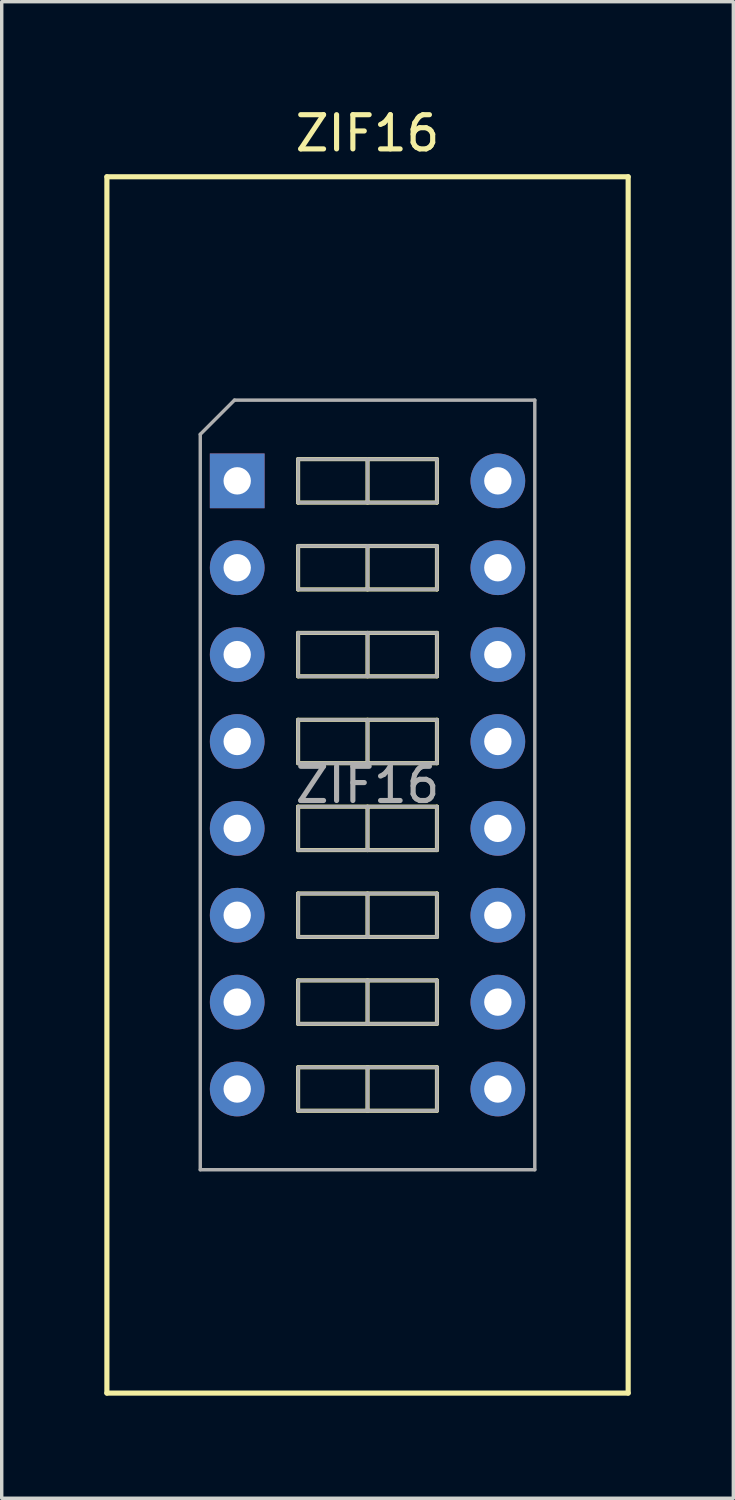
<source format=kicad_pcb>
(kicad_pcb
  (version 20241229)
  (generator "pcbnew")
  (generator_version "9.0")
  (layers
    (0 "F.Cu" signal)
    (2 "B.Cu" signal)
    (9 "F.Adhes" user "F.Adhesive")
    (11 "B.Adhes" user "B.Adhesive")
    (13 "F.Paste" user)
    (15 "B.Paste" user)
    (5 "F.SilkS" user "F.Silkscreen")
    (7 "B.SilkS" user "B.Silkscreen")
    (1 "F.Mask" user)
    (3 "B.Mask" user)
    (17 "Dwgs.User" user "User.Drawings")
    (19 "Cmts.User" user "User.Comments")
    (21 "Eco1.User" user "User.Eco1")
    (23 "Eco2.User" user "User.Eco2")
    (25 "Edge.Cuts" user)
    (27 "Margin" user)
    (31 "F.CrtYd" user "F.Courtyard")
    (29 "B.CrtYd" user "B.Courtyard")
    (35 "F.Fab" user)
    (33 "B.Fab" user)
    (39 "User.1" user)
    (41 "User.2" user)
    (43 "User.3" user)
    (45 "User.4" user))
  (footprint "ZIF16"
    (layer "F.Cu")
    (at 3.885 11.008)
    (property "Reference" "ZIF16" (at 3.81 -10.16 0) (layer "F.SilkS") (effects (font (size 1 1) (thickness 0.15))))
    (attr through_hole)
    (fp_line (start -3.81 -8.89) (end 11.43 -8.89) (stroke (width 0.15) (type solid)) (layer "F.SilkS"))
    (fp_line (start -3.81 26.67) (end -3.81 -8.89) (stroke (width 0.15) (type solid)) (layer "F.SilkS"))
    (fp_line (start 1.78 -0.635) (end 1.78 0.635) (stroke (width 0.12) (type solid)) (layer "F.SilkS"))
    (fp_line (start 1.78 0.635) (end 5.84 0.635) (stroke (width 0.12) (type solid)) (layer "F.SilkS"))
    (fp_line (start 1.78 1.905) (end 1.78 3.175) (stroke (width 0.12) (type solid)) (layer "F.SilkS"))
    (fp_line (start 1.78 3.175) (end 5.84 3.175) (stroke (width 0.12) (type solid)) (layer "F.SilkS"))
    (fp_line (start 1.78 4.445) (end 1.78 5.715) (stroke (width 0.12) (type solid)) (layer "F.SilkS"))
    (fp_line (start 1.78 5.715) (end 5.84 5.715) (stroke (width 0.12) (type solid)) (layer "F.SilkS"))
    (fp_line (start 1.78 6.985) (end 1.78 8.255) (stroke (width 0.12) (type solid)) (layer "F.SilkS"))
    (fp_line (start 1.78 8.255) (end 5.84 8.255) (stroke (width 0.12) (type solid)) (layer "F.SilkS"))
    (fp_line (start 1.78 9.525) (end 1.78 10.795) (stroke (width 0.12) (type solid)) (layer "F.SilkS"))
    (fp_line (start 1.78 10.795) (end 5.84 10.795) (stroke (width 0.12) (type solid)) (layer "F.SilkS"))
    (fp_line (start 1.78 12.065) (end 1.78 13.335) (stroke (width 0.12) (type solid)) (layer "F.SilkS"))
    (fp_line (start 1.78 13.335) (end 5.84 13.335) (stroke (width 0.12) (type solid)) (layer "F.SilkS"))
    (fp_line (start 1.78 14.605) (end 1.78 15.875) (stroke (width 0.12) (type solid)) (layer "F.SilkS"))
    (fp_line (start 1.78 15.875) (end 5.84 15.875) (stroke (width 0.12) (type solid)) (layer "F.SilkS"))
    (fp_line (start 1.78 17.145) (end 1.78 18.415) (stroke (width 0.12) (type solid)) (layer "F.SilkS"))
    (fp_line (start 1.78 18.415) (end 5.84 18.415) (stroke (width 0.12) (type solid)) (layer "F.SilkS"))
    (fp_line (start 3.81 -0.635) (end 3.81 0.635) (stroke (width 0.12) (type solid)) (layer "F.SilkS"))
    (fp_line (start 3.81 1.905) (end 3.81 3.175) (stroke (width 0.12) (type solid)) (layer "F.SilkS"))
    (fp_line (start 3.81 4.445) (end 3.81 5.715) (stroke (width 0.12) (type solid)) (layer "F.SilkS"))
    (fp_line (start 3.81 6.985) (end 3.81 8.255) (stroke (width 0.12) (type solid)) (layer "F.SilkS"))
    (fp_line (start 3.81 9.525) (end 3.81 10.795) (stroke (width 0.12) (type solid)) (layer "F.SilkS"))
    (fp_line (start 3.81 12.065) (end 3.81 13.335) (stroke (width 0.12) (type solid)) (layer "F.SilkS"))
    (fp_line (start 3.81 14.605) (end 3.81 15.875) (stroke (width 0.12) (type solid)) (layer "F.SilkS"))
    (fp_line (start 3.81 17.145) (end 3.81 18.415) (stroke (width 0.12) (type solid)) (layer "F.SilkS"))
    (fp_line (start 5.84 -0.635) (end 1.78 -0.635) (stroke (width 0.12) (type solid)) (layer "F.SilkS"))
    (fp_line (start 5.84 0.635) (end 5.84 -0.635) (stroke (width 0.12) (type solid)) (layer "F.SilkS"))
    (fp_line (start 5.84 1.905) (end 1.78 1.905) (stroke (width 0.12) (type solid)) (layer "F.SilkS"))
    (fp_line (start 5.84 3.175) (end 5.84 1.905) (stroke (width 0.12) (type solid)) (layer "F.SilkS"))
    (fp_line (start 5.84 4.445) (end 1.78 4.445) (stroke (width 0.12) (type solid)) (layer "F.SilkS"))
    (fp_line (start 5.84 5.715) (end 5.84 4.445) (stroke (width 0.12) (type solid)) (layer "F.SilkS"))
    (fp_line (start 5.84 6.985) (end 1.78 6.985) (stroke (width 0.12) (type solid)) (layer "F.SilkS"))
    (fp_line (start 5.84 8.255) (end 5.84 6.985) (stroke (width 0.12) (type solid)) (layer "F.SilkS"))
    (fp_line (start 5.84 9.525) (end 1.78 9.525) (stroke (width 0.12) (type solid)) (layer "F.SilkS"))
    (fp_line (start 5.84 10.795) (end 5.84 9.525) (stroke (width 0.12) (type solid)) (layer "F.SilkS"))
    (fp_line (start 5.84 12.065) (end 1.78 12.065) (stroke (width 0.12) (type solid)) (layer "F.SilkS"))
    (fp_line (start 5.84 13.335) (end 5.84 12.065) (stroke (width 0.12) (type solid)) (layer "F.SilkS"))
    (fp_line (start 5.84 14.605) (end 1.78 14.605) (stroke (width 0.12) (type solid)) (layer "F.SilkS"))
    (fp_line (start 5.84 15.875) (end 5.84 14.605) (stroke (width 0.12) (type solid)) (layer "F.SilkS"))
    (fp_line (start 5.84 17.145) (end 1.78 17.145) (stroke (width 0.12) (type solid)) (layer "F.SilkS"))
    (fp_line (start 5.84 18.415) (end 5.84 17.145) (stroke (width 0.12) (type solid)) (layer "F.SilkS"))
    (fp_line (start 11.43 -8.89) (end 11.43 26.67) (stroke (width 0.15) (type solid)) (layer "F.SilkS"))
    (fp_line (start 11.43 26.67) (end -3.81 26.67) (stroke (width 0.15) (type solid)) (layer "F.SilkS"))
    (fp_line (start -1.08 -1.36) (end -0.08 -2.36) (stroke (width 0.1) (type solid)) (layer "F.Fab"))
    (fp_line (start -1.08 20.14) (end -1.08 -1.36) (stroke (width 0.1) (type solid)) (layer "F.Fab"))
    (fp_line (start -0.08 -2.36) (end 8.7 -2.36) (stroke (width 0.1) (type solid)) (layer "F.Fab"))
    (fp_line (start 1.78 -0.635) (end 1.78 0.635) (stroke (width 0.1) (type solid)) (layer "F.Fab"))
    (fp_line (start 1.78 0.635) (end 5.84 0.635) (stroke (width 0.1) (type solid)) (layer "F.Fab"))
    (fp_line (start 1.78 1.905) (end 1.78 3.175) (stroke (width 0.1) (type solid)) (layer "F.Fab"))
    (fp_line (start 1.78 3.175) (end 5.84 3.175) (stroke (width 0.1) (type solid)) (layer "F.Fab"))
    (fp_line (start 1.78 4.445) (end 1.78 5.715) (stroke (width 0.1) (type solid)) (layer "F.Fab"))
    (fp_line (start 1.78 5.715) (end 5.84 5.715) (stroke (width 0.1) (type solid)) (layer "F.Fab"))
    (fp_line (start 1.78 6.985) (end 1.78 8.255) (stroke (width 0.1) (type solid)) (layer "F.Fab"))
    (fp_line (start 1.78 8.255) (end 5.84 8.255) (stroke (width 0.1) (type solid)) (layer "F.Fab"))
    (fp_line (start 1.78 9.525) (end 1.78 10.795) (stroke (width 0.1) (type solid)) (layer "F.Fab"))
    (fp_line (start 1.78 10.795) (end 5.84 10.795) (stroke (width 0.1) (type solid)) (layer "F.Fab"))
    (fp_line (start 1.78 12.065) (end 1.78 13.335) (stroke (width 0.1) (type solid)) (layer "F.Fab"))
    (fp_line (start 1.78 13.335) (end 5.84 13.335) (stroke (width 0.1) (type solid)) (layer "F.Fab"))
    (fp_line (start 1.78 14.605) (end 1.78 15.875) (stroke (width 0.1) (type solid)) (layer "F.Fab"))
    (fp_line (start 1.78 15.875) (end 5.84 15.875) (stroke (width 0.1) (type solid)) (layer "F.Fab"))
    (fp_line (start 1.78 17.145) (end 1.78 18.415) (stroke (width 0.1) (type solid)) (layer "F.Fab"))
    (fp_line (start 1.78 18.415) (end 5.84 18.415) (stroke (width 0.1) (type solid)) (layer "F.Fab"))
    (fp_line (start 3.81 -0.635) (end 3.81 0.635) (stroke (width 0.1) (type solid)) (layer "F.Fab"))
    (fp_line (start 3.81 1.905) (end 3.81 3.175) (stroke (width 0.1) (type solid)) (layer "F.Fab"))
    (fp_line (start 3.81 4.445) (end 3.81 5.715) (stroke (width 0.1) (type solid)) (layer "F.Fab"))
    (fp_line (start 3.81 6.985) (end 3.81 8.255) (stroke (width 0.1) (type solid)) (layer "F.Fab"))
    (fp_line (start 3.81 9.525) (end 3.81 10.795) (stroke (width 0.1) (type solid)) (layer "F.Fab"))
    (fp_line (start 3.81 12.065) (end 3.81 13.335) (stroke (width 0.1) (type solid)) (layer "F.Fab"))
    (fp_line (start 3.81 14.605) (end 3.81 15.875) (stroke (width 0.1) (type solid)) (layer "F.Fab"))
    (fp_line (start 3.81 17.145) (end 3.81 18.415) (stroke (width 0.1) (type solid)) (layer "F.Fab"))
    (fp_line (start 5.84 -0.635) (end 1.78 -0.635) (stroke (width 0.1) (type solid)) (layer "F.Fab"))
    (fp_line (start 5.84 0.635) (end 5.84 -0.635) (stroke (width 0.1) (type solid)) (layer "F.Fab"))
    (fp_line (start 5.84 1.905) (end 1.78 1.905) (stroke (width 0.1) (type solid)) (layer "F.Fab"))
    (fp_line (start 5.84 3.175) (end 5.84 1.905) (stroke (width 0.1) (type solid)) (layer "F.Fab"))
    (fp_line (start 5.84 4.445) (end 1.78 4.445) (stroke (width 0.1) (type solid)) (layer "F.Fab"))
    (fp_line (start 5.84 5.715) (end 5.84 4.445) (stroke (width 0.1) (type solid)) (layer "F.Fab"))
    (fp_line (start 5.84 6.985) (end 1.78 6.985) (stroke (width 0.1) (type solid)) (layer "F.Fab"))
    (fp_line (start 5.84 8.255) (end 5.84 6.985) (stroke (width 0.1) (type solid)) (layer "F.Fab"))
    (fp_line (start 5.84 9.525) (end 1.78 9.525) (stroke (width 0.1) (type solid)) (layer "F.Fab"))
    (fp_line (start 5.84 10.795) (end 5.84 9.525) (stroke (width 0.1) (type solid)) (layer "F.Fab"))
    (fp_line (start 5.84 12.065) (end 1.78 12.065) (stroke (width 0.1) (type solid)) (layer "F.Fab"))
    (fp_line (start 5.84 13.335) (end 5.84 12.065) (stroke (width 0.1) (type solid)) (layer "F.Fab"))
    (fp_line (start 5.84 14.605) (end 1.78 14.605) (stroke (width 0.1) (type solid)) (layer "F.Fab"))
    (fp_line (start 5.84 15.875) (end 5.84 14.605) (stroke (width 0.1) (type solid)) (layer "F.Fab"))
    (fp_line (start 5.84 17.145) (end 1.78 17.145) (stroke (width 0.1) (type solid)) (layer "F.Fab"))
    (fp_line (start 5.84 18.415) (end 5.84 17.145) (stroke (width 0.1) (type solid)) (layer "F.Fab"))
    (fp_line (start 8.7 -2.36) (end 8.7 20.14) (stroke (width 0.1) (type solid)) (layer "F.Fab"))
    (fp_line (start 8.7 20.14) (end -1.08 20.14) (stroke (width 0.1) (type solid)) (layer "F.Fab"))
    (fp_text user "${REFERENCE}" (at 3.81 8.89 0) (layer "F.Fab") (effects (font (size 1 1) (thickness 0.15))))
    (pad "1" thru_hole rect (at 0 0) (size 1.6 1.6) (drill 0.8) (layers "*.Cu" "*.Mask"))
    (pad "2" thru_hole oval (at 0 2.54) (size 1.6 1.6) (drill 0.8) (layers "*.Cu" "*.Mask"))
    (pad "3" thru_hole oval (at 0 5.08) (size 1.6 1.6) (drill 0.8) (layers "*.Cu" "*.Mask"))
    (pad "4" thru_hole oval (at 0 7.62) (size 1.6 1.6) (drill 0.8) (layers "*.Cu" "*.Mask"))
    (pad "5" thru_hole oval (at 0 10.16) (size 1.6 1.6) (drill 0.8) (layers "*.Cu" "*.Mask"))
    (pad "6" thru_hole oval (at 0 12.7) (size 1.6 1.6) (drill 0.8) (layers "*.Cu" "*.Mask"))
    (pad "7" thru_hole oval (at 0 15.24) (size 1.6 1.6) (drill 0.8) (layers "*.Cu" "*.Mask"))
    (pad "8" thru_hole oval (at 0 17.78) (size 1.6 1.6) (drill 0.8) (layers "*.Cu" "*.Mask"))
    (pad "9" thru_hole oval (at 7.62 17.78) (size 1.6 1.6) (drill 0.8) (layers "*.Cu" "*.Mask"))
    (pad "10" thru_hole oval (at 7.62 15.24) (size 1.6 1.6) (drill 0.8) (layers "*.Cu" "*.Mask"))
    (pad "11" thru_hole oval (at 7.62 12.7) (size 1.6 1.6) (drill 0.8) (layers "*.Cu" "*.Mask"))
    (pad "12" thru_hole oval (at 7.62 10.16) (size 1.6 1.6) (drill 0.8) (layers "*.Cu" "*.Mask"))
    (pad "13" thru_hole oval (at 7.62 7.62) (size 1.6 1.6) (drill 0.8) (layers "*.Cu" "*.Mask"))
    (pad "14" thru_hole oval (at 7.62 5.08) (size 1.6 1.6) (drill 0.8) (layers "*.Cu" "*.Mask"))
    (pad "15" thru_hole oval (at 7.62 2.54) (size 1.6 1.6) (drill 0.8) (layers "*.Cu" "*.Mask"))
    (pad "16" thru_hole oval (at 7.62 0) (size 1.6 1.6) (drill 0.8) (layers "*.Cu" "*.Mask")))
  (gr_rect
    (start -3 -3)
    (end 18.39 40.753)
    (stroke (width 0.1) (type default))
    (fill no)
    (layer "Edge.Cuts")))
</source>
